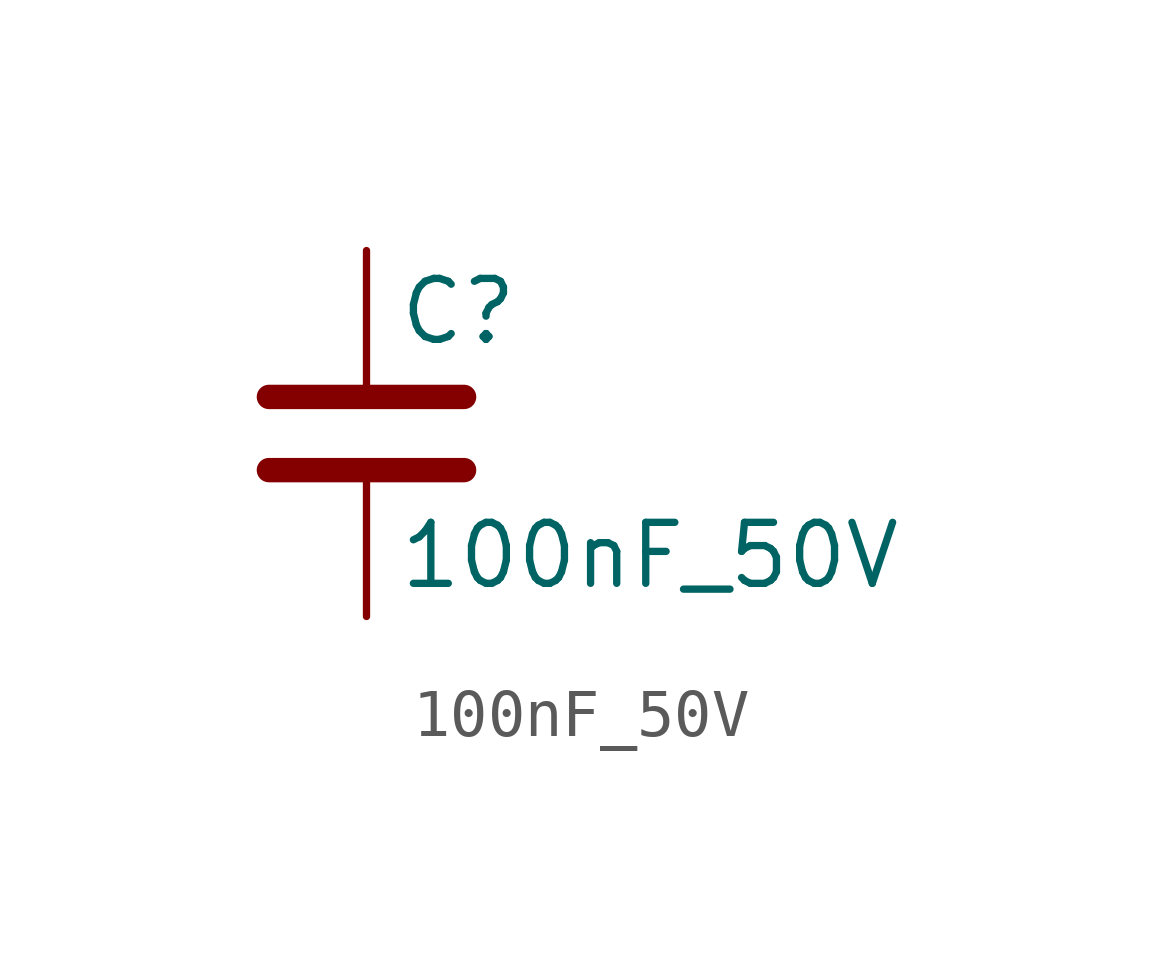
<source format=kicad_sym>
(kicad_symbol_lib
  (version 20211014)
  (generator kicad_symbol_editor)
  (symbol "100nF_50V"
    (pin_numbers hide)
    (pin_names
      (offset 0.254))
    (property "Reference" "C"
      (at 0.635 2.54 0)
      (effects (font (size 1.27 1.27)) (justify left)))
    (property "Value" "100nF_50V"
      (at 0.635 -2.54 0)
      (effects (font (size 1.27 1.27)) (justify left)))
    (symbol "100nF_50V_0_1"
      (polyline (pts (xy -2.032 -0.762) (xy 2.032 -0.762)) (stroke (width 0.508) (type default) (color 0 0 0 0)) (fill (type none)))
      (polyline (pts (xy -2.032 0.762) (xy 2.032 0.762)) (stroke (width 0.508) (type default) (color 0 0 0 0)) (fill (type none))))
    (symbol "100nF_50V_1_1"
      (pin passive line (at 0 3.81 270) (length 2.794) (name "~" (effects (font (size 1.27 1.27)))) (number "1" (effects (font (size 1.27 1.27)))))
      (pin passive line (at 0 -3.81 90) (length 2.794) (name "~" (effects (font (size 1.27 1.27)))) (number "2" (effects (font (size 1.27 1.27))))))))
</source>
